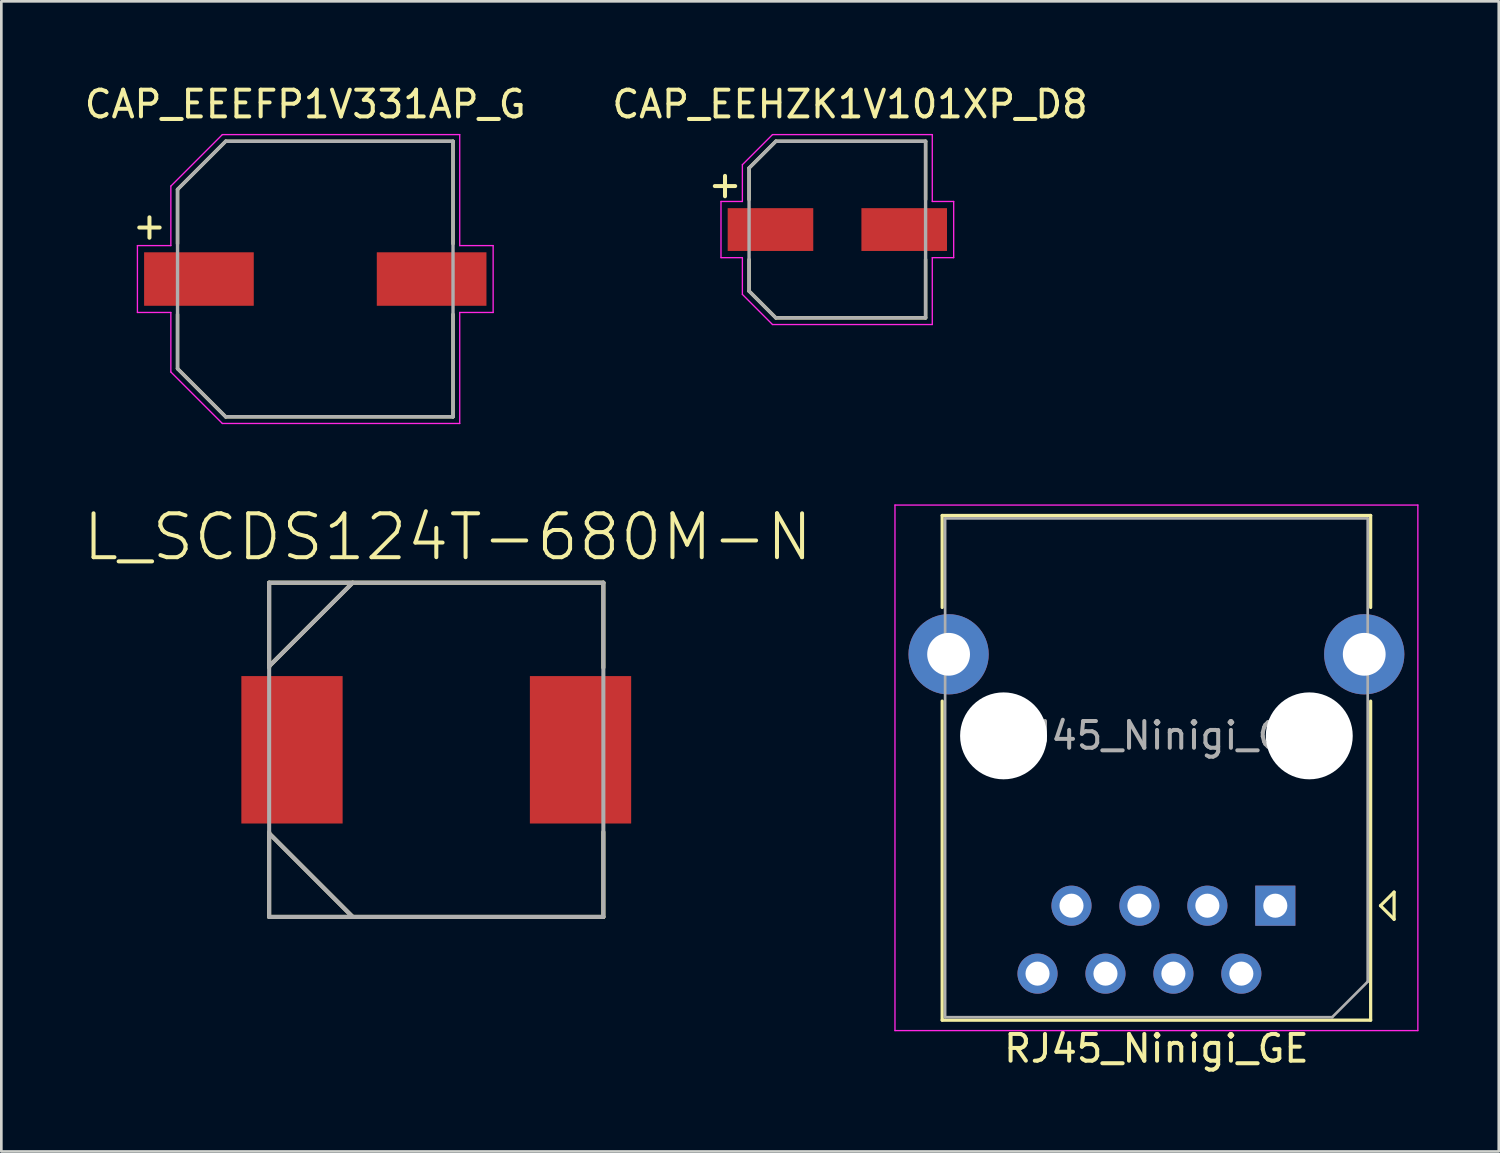
<source format=kicad_pcb>
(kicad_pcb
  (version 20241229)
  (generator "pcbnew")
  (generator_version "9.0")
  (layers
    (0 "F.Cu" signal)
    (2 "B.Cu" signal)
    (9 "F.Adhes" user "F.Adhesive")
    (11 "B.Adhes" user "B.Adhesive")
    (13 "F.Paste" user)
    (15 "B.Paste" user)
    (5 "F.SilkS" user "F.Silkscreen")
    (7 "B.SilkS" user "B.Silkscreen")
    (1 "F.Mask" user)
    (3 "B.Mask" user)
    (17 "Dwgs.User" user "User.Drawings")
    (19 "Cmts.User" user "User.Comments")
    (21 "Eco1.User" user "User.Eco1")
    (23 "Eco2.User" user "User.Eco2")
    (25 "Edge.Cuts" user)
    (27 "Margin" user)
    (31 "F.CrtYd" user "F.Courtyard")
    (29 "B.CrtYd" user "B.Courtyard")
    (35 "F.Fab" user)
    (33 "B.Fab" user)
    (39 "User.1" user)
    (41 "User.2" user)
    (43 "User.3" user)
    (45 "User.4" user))
  (footprint "RJ45_Ninigi_GE"
    (layer "F.Cu")
    (at 34.472 20.653)
    (property "Reference" "RJ45_Ninigi_GE" (at 5.715 15.5 180) (layer "F.SilkS") (effects (font (size 1 1) (thickness 0.15))))
    (attr through_hole)
    (fp_line (start -2.295 -4.43) (end 13.725 -4.43) (stroke (width 0.12) (type solid)) (layer "F.SilkS"))
    (fp_line (start -2.295 -0.99) (end -2.295 -4.43) (stroke (width 0.12) (type solid)) (layer "F.SilkS"))
    (fp_line (start -2.295 14.44) (end -2.295 2.51) (stroke (width 0.12) (type solid)) (layer "F.SilkS"))
    (fp_line (start -2.295 14.44) (end 13.725 14.44) (stroke (width 0.12) (type solid)) (layer "F.SilkS"))
    (fp_line (start 13.725 -0.99) (end 13.725 -4.43) (stroke (width 0.12) (type solid)) (layer "F.SilkS"))
    (fp_line (start 13.725 14.44) (end 13.725 2.51) (stroke (width 0.12) (type solid)) (layer "F.SilkS"))
    (fp_line (start 14.093 10.16) (end 14.601 10.668) (stroke (width 0.12) (type solid)) (layer "F.SilkS"))
    (fp_line (start 14.601 9.652) (end 14.093 10.16) (stroke (width 0.12) (type solid)) (layer "F.SilkS"))
    (fp_line (start 14.601 10.668) (end 14.601 9.652) (stroke (width 0.12) (type solid)) (layer "F.SilkS"))
    (fp_line (start -4.06 -4.82) (end 15.49 -4.82) (stroke (width 0.05) (type solid)) (layer "F.CrtYd"))
    (fp_line (start -4.06 14.83) (end -4.06 -4.82) (stroke (width 0.05) (type solid)) (layer "F.CrtYd"))
    (fp_line (start 15.49 -4.82) (end 15.49 14.83) (stroke (width 0.05) (type solid)) (layer "F.CrtYd"))
    (fp_line (start 15.49 14.83) (end -4.06 14.83) (stroke (width 0.05) (type solid)) (layer "F.CrtYd"))
    (fp_line (start -2.185 -4.32) (end -2.185 14.33) (stroke (width 0.1) (type solid)) (layer "F.Fab"))
    (fp_line (start -2.185 -4.32) (end 13.615 -4.32) (stroke (width 0.1) (type solid)) (layer "F.Fab"))
    (fp_line (start -2.185 14.33) (end 12.285 14.33) (stroke (width 0.1) (type solid)) (layer "F.Fab"))
    (fp_line (start 13.615 13) (end 12.285 14.33) (stroke (width 0.1) (type solid)) (layer "F.Fab"))
    (fp_line (start 13.615 13) (end 13.615 -4.32) (stroke (width 0.1) (type solid)) (layer "F.Fab"))
    (fp_text user "${REFERENCE}" (at 5.715 3.8 180) (layer "F.Fab") (effects (font (size 1 1) (thickness 0.15))))
    (pad "" np_thru_hole circle (at 0 3.81) (size 3.25 3.25) (drill 3.25) (layers "*.Cu" "*.Mask"))
    (pad "" np_thru_hole circle (at 11.43 3.81 180) (size 3.25 3.25) (drill 3.25) (layers "*.Cu" "*.Mask"))
    (pad "1" thru_hole rect (at 10.16 10.16) (size 1.5 1.5) (drill 0.9) (layers "*.Cu" "*.Mask"))
    (pad "2" thru_hole circle (at 8.89 12.7) (size 1.5 1.5) (drill 0.9) (layers "*.Cu" "*.Mask"))
    (pad "3" thru_hole circle (at 7.62 10.16) (size 1.5 1.5) (drill 0.9) (layers "*.Cu" "*.Mask"))
    (pad "4" thru_hole circle (at 6.35 12.7) (size 1.5 1.5) (drill 0.9) (layers "*.Cu" "*.Mask"))
    (pad "5" thru_hole circle (at 5.08 10.16) (size 1.5 1.5) (drill 0.9) (layers "*.Cu" "*.Mask"))
    (pad "6" thru_hole circle (at 3.81 12.7) (size 1.5 1.5) (drill 0.9) (layers "*.Cu" "*.Mask"))
    (pad "7" thru_hole circle (at 2.54 10.16) (size 1.5 1.5) (drill 0.9) (layers "*.Cu" "*.Mask"))
    (pad "8" thru_hole circle (at 1.27 12.7) (size 1.5 1.5) (drill 0.9) (layers "*.Cu" "*.Mask"))
    (pad "SH" thru_hole circle (at -2.055 0.76) (size 3 3) (drill 1.6) (layers "*.Cu" "*.Mask"))
    (pad "SH" thru_hole circle (at 13.485 0.76 180) (size 3 3) (drill 1.6) (layers "*.Cu" "*.Mask")))
  (footprint "CAP_EEEFP1V331AP_G"
    (layer "F.Cu")
    (at 8.738 7.383)
    (property "Reference" "CAP_EEEFP1V331AP_G" (at -0.375 -6.535 0) (layer "F.SilkS") (effects (font (size 1 1) (thickness 0.15))))
    (attr through_hole)
    (fp_line (start -5.15 -3.35) (end -5.15 -1.32) (stroke (width 0.127) (type solid)) (layer "F.SilkS"))
    (fp_line (start -5.15 1.32) (end -5.15 3.35) (stroke (width 0.127) (type solid)) (layer "F.SilkS"))
    (fp_line (start -5.15 3.35) (end -3.35 5.15) (stroke (width 0.127) (type solid)) (layer "F.SilkS"))
    (fp_line (start -3.35 -5.15) (end -5.15 -3.35) (stroke (width 0.127) (type solid)) (layer "F.SilkS"))
    (fp_line (start -3.35 5.15) (end 5.15 5.15) (stroke (width 0.127) (type solid)) (layer "F.SilkS"))
    (fp_line (start 5.15 -5.15) (end -3.35 -5.15) (stroke (width 0.127) (type solid)) (layer "F.SilkS"))
    (fp_line (start 5.15 -1.32) (end 5.15 -5.15) (stroke (width 0.127) (type solid)) (layer "F.SilkS"))
    (fp_line (start 5.15 5.15) (end 5.15 1.32) (stroke (width 0.127) (type solid)) (layer "F.SilkS"))
    (fp_line (start -6.65 -1.25) (end -5.4 -1.25) (stroke (width 0.05) (type solid)) (layer "F.CrtYd"))
    (fp_line (start -6.65 1.25) (end -6.65 -1.25) (stroke (width 0.05) (type solid)) (layer "F.CrtYd"))
    (fp_line (start -5.4 -3.475) (end -3.475 -5.4) (stroke (width 0.05) (type solid)) (layer "F.CrtYd"))
    (fp_line (start -5.4 -1.25) (end -5.4 -3.475) (stroke (width 0.05) (type solid)) (layer "F.CrtYd"))
    (fp_line (start -5.4 1.25) (end -6.65 1.25) (stroke (width 0.05) (type solid)) (layer "F.CrtYd"))
    (fp_line (start -5.4 3.475) (end -5.4 1.25) (stroke (width 0.05) (type solid)) (layer "F.CrtYd"))
    (fp_line (start -3.475 -5.4) (end 5.4 -5.4) (stroke (width 0.05) (type solid)) (layer "F.CrtYd"))
    (fp_line (start -3.475 5.4) (end -5.4 3.475) (stroke (width 0.05) (type solid)) (layer "F.CrtYd"))
    (fp_line (start 5.4 -5.4) (end 5.4 -1.25) (stroke (width 0.05) (type solid)) (layer "F.CrtYd"))
    (fp_line (start 5.4 -1.25) (end 6.65 -1.25) (stroke (width 0.05) (type solid)) (layer "F.CrtYd"))
    (fp_line (start 5.4 1.25) (end 5.4 5.4) (stroke (width 0.05) (type solid)) (layer "F.CrtYd"))
    (fp_line (start 5.4 5.4) (end -3.475 5.4) (stroke (width 0.05) (type solid)) (layer "F.CrtYd"))
    (fp_line (start 6.65 -1.25) (end 6.65 1.25) (stroke (width 0.05) (type solid)) (layer "F.CrtYd"))
    (fp_line (start 6.65 1.25) (end 5.4 1.25) (stroke (width 0.05) (type solid)) (layer "F.CrtYd"))
    (fp_line (start -5.15 -3.35) (end -5.15 3.35) (stroke (width 0.127) (type solid)) (layer "F.Fab"))
    (fp_line (start -5.15 3.35) (end -3.35 5.15) (stroke (width 0.127) (type solid)) (layer "F.Fab"))
    (fp_line (start -3.35 -5.15) (end -5.15 -3.35) (stroke (width 0.127) (type solid)) (layer "F.Fab"))
    (fp_line (start -3.35 5.15) (end 5.15 5.15) (stroke (width 0.127) (type solid)) (layer "F.Fab"))
    (fp_line (start 5.15 -5.15) (end -3.35 -5.15) (stroke (width 0.127) (type solid)) (layer "F.Fab"))
    (fp_line (start 5.15 5.15) (end 5.15 -5.15) (stroke (width 0.127) (type solid)) (layer "F.Fab"))
    (fp_text user "+" (at -6.2 -2 0) (unlocked yes) (layer "F.SilkS") (effects (font (size 1 1) (thickness 0.15))))
    (pad "1" smd rect (at -4.35 0) (size 4.1 2) (layers "F.Cu" "F.Mask" "F.Paste"))
    (pad "2" smd rect (at 4.35 0) (size 4.1 2) (layers "F.Cu" "F.Mask" "F.Paste")))
  (footprint "L_SCDS124T-680M-N"
    (layer "F.Cu")
    (at 13.261 24.984)
    (property "Reference" "L_SCDS124T-680M-N" (at 0.432 -7.953 0) (layer "F.SilkS") (effects (font (size 1.641 1.641) (thickness 0.15))))
    (attr through_hole)
    (fp_line (start -6.248 -6.248) (end -6.248 -3.073) (stroke (width 0.152) (type solid)) (layer "F.SilkS"))
    (fp_line (start -6.248 -3.124) (end -3.124 -6.248) (stroke (width 0.152) (type solid)) (layer "F.SilkS"))
    (fp_line (start -6.248 3.073) (end -6.248 3.124) (stroke (width 0.152) (type solid)) (layer "F.SilkS"))
    (fp_line (start -6.248 3.124) (end -6.248 6.248) (stroke (width 0.152) (type solid)) (layer "F.SilkS"))
    (fp_line (start -6.248 3.124) (end -3.124 6.248) (stroke (width 0.152) (type solid)) (layer "F.SilkS"))
    (fp_line (start -6.248 6.248) (end 6.248 6.248) (stroke (width 0.152) (type solid)) (layer "F.SilkS"))
    (fp_line (start 6.248 -6.248) (end -6.248 -6.248) (stroke (width 0.152) (type solid)) (layer "F.SilkS"))
    (fp_line (start 6.248 -3.073) (end 6.248 -6.248) (stroke (width 0.152) (type solid)) (layer "F.SilkS"))
    (fp_line (start 6.248 6.248) (end 6.248 3.073) (stroke (width 0.152) (type solid)) (layer "F.SilkS"))
    (fp_line (start -6.248 -6.248) (end -6.248 6.248) (stroke (width 0.152) (type solid)) (layer "F.Fab"))
    (fp_line (start -6.248 -3.124) (end -3.124 -6.248) (stroke (width 0.152) (type solid)) (layer "F.Fab"))
    (fp_line (start -6.248 3.124) (end -3.124 6.248) (stroke (width 0.152) (type solid)) (layer "F.Fab"))
    (fp_line (start -6.248 6.248) (end 6.248 6.248) (stroke (width 0.152) (type solid)) (layer "F.Fab"))
    (fp_line (start 6.248 -6.248) (end -6.248 -6.248) (stroke (width 0.152) (type solid)) (layer "F.Fab"))
    (fp_line (start 6.248 6.248) (end 6.248 -6.248) (stroke (width 0.152) (type solid)) (layer "F.Fab"))
    (pad "1" smd rect (at -5.394 0 90) (size 5.512 3.787) (layers "F.Cu" "F.Mask" "F.Paste"))
    (pad "2" smd rect (at 5.394 0 90) (size 5.512 3.787) (layers "F.Cu" "F.Mask" "F.Paste")))
  (footprint "CAP_EEHZK1V101XP_D8"
    (layer "F.Cu")
    (at 28.257 5.533)
    (property "Reference" "CAP_EEHZK1V101XP_D8" (at 0.475 -4.685 0) (layer "F.SilkS") (effects (font (size 1 1) (thickness 0.15))))
    (attr through_hole)
    (fp_line (start -3.3 -2.3) (end -3.3 -1.12) (stroke (width 0.127) (type solid)) (layer "F.SilkS"))
    (fp_line (start -3.3 1.12) (end -3.3 2.3) (stroke (width 0.127) (type solid)) (layer "F.SilkS"))
    (fp_line (start -3.3 2.3) (end -2.3 3.3) (stroke (width 0.127) (type solid)) (layer "F.SilkS"))
    (fp_line (start -2.3 -3.3) (end -3.3 -2.3) (stroke (width 0.127) (type solid)) (layer "F.SilkS"))
    (fp_line (start -2.3 3.3) (end 3.3 3.3) (stroke (width 0.127) (type solid)) (layer "F.SilkS"))
    (fp_line (start 3.3 -3.3) (end -2.3 -3.3) (stroke (width 0.127) (type solid)) (layer "F.SilkS"))
    (fp_line (start 3.3 -1.12) (end 3.3 -3.3) (stroke (width 0.127) (type solid)) (layer "F.SilkS"))
    (fp_line (start 3.3 3.3) (end 3.3 1.12) (stroke (width 0.127) (type solid)) (layer "F.SilkS"))
    (fp_line (start -4.35 -1.05) (end -3.55 -1.05) (stroke (width 0.05) (type solid)) (layer "F.CrtYd"))
    (fp_line (start -4.35 1.05) (end -4.35 -1.05) (stroke (width 0.05) (type solid)) (layer "F.CrtYd"))
    (fp_line (start -3.55 -2.425) (end -2.425 -3.55) (stroke (width 0.05) (type solid)) (layer "F.CrtYd"))
    (fp_line (start -3.55 -1.05) (end -3.55 -2.425) (stroke (width 0.05) (type solid)) (layer "F.CrtYd"))
    (fp_line (start -3.55 1.05) (end -4.35 1.05) (stroke (width 0.05) (type solid)) (layer "F.CrtYd"))
    (fp_line (start -3.55 2.425) (end -3.55 1.05) (stroke (width 0.05) (type solid)) (layer "F.CrtYd"))
    (fp_line (start -2.425 -3.55) (end 3.55 -3.55) (stroke (width 0.05) (type solid)) (layer "F.CrtYd"))
    (fp_line (start -2.425 3.55) (end -3.55 2.425) (stroke (width 0.05) (type solid)) (layer "F.CrtYd"))
    (fp_line (start 3.55 -3.55) (end 3.55 -1.05) (stroke (width 0.05) (type solid)) (layer "F.CrtYd"))
    (fp_line (start 3.55 -1.05) (end 4.35 -1.05) (stroke (width 0.05) (type solid)) (layer "F.CrtYd"))
    (fp_line (start 3.55 1.05) (end 3.55 3.55) (stroke (width 0.05) (type solid)) (layer "F.CrtYd"))
    (fp_line (start 3.55 3.55) (end -2.425 3.55) (stroke (width 0.05) (type solid)) (layer "F.CrtYd"))
    (fp_line (start 4.35 -1.05) (end 4.35 1.05) (stroke (width 0.05) (type solid)) (layer "F.CrtYd"))
    (fp_line (start 4.35 1.05) (end 3.55 1.05) (stroke (width 0.05) (type solid)) (layer "F.CrtYd"))
    (fp_line (start -3.3 -2.3) (end -3.3 2.3) (stroke (width 0.127) (type solid)) (layer "F.Fab"))
    (fp_line (start -3.3 2.3) (end -2.3 3.3) (stroke (width 0.127) (type solid)) (layer "F.Fab"))
    (fp_line (start -2.3 -3.3) (end -3.3 -2.3) (stroke (width 0.127) (type solid)) (layer "F.Fab"))
    (fp_line (start -2.3 3.3) (end 3.3 3.3) (stroke (width 0.127) (type solid)) (layer "F.Fab"))
    (fp_line (start 3.3 -3.3) (end -2.3 -3.3) (stroke (width 0.127) (type solid)) (layer "F.Fab"))
    (fp_line (start 3.3 3.3) (end 3.3 -3.3) (stroke (width 0.127) (type solid)) (layer "F.Fab"))
    (fp_text user "+" (at -4.2 -1.7 0) (unlocked yes) (layer "F.SilkS") (effects (font (size 1 1) (thickness 0.15))))
    (pad "1" smd rect (at -2.5 0) (size 3.2 1.6) (layers "F.Cu" "F.Mask" "F.Paste"))
    (pad "2" smd rect (at 2.5 0) (size 3.2 1.6) (layers "F.Cu" "F.Mask" "F.Paste")))
  (gr_rect
    (start -3 -3)
    (end 52.987 40.002)
    (stroke (width 0.1) (type default))
    (fill no)
    (layer "Edge.Cuts")))
</source>
